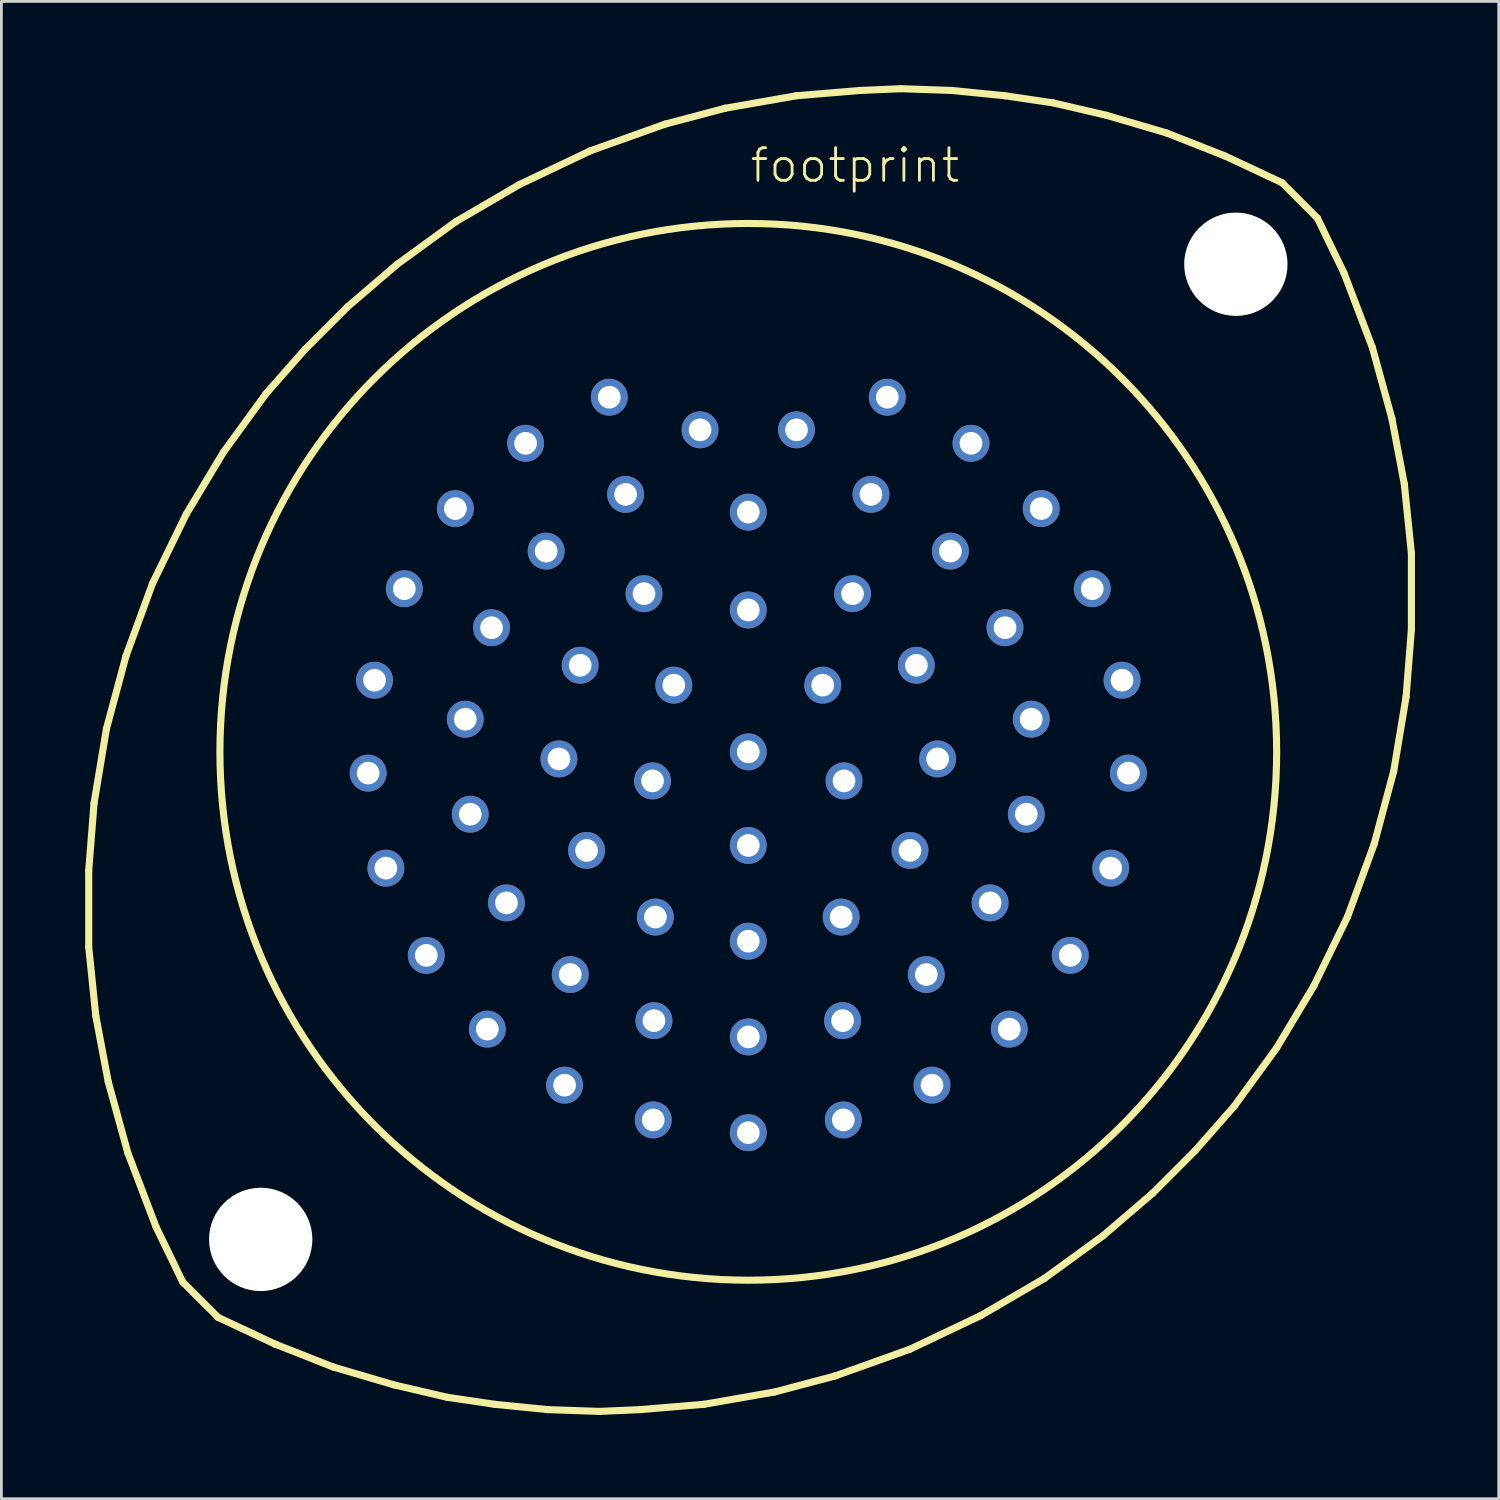
<source format=kicad_pcb>
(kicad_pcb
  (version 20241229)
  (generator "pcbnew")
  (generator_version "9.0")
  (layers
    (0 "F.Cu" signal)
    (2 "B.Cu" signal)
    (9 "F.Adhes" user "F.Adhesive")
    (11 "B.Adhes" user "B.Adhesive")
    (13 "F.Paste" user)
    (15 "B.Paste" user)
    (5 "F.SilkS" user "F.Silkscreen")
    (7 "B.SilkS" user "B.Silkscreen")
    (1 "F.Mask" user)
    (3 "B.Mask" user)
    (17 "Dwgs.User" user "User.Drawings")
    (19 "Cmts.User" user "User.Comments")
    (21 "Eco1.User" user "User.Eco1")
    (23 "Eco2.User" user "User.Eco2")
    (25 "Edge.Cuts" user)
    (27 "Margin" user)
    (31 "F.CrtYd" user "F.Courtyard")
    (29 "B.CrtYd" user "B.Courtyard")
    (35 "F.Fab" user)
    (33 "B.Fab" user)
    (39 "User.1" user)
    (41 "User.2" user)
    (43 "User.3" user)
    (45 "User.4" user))
  (footprint "footprint"
    (layer "F.Cu")
    (at 23.749 23.876)
    (property "Reference" "footprint" (at 0 -20.32 0) (layer "F.SilkS") (effects (font (size 1.168 1.168) (thickness 0.102)) (justify left bottom)))
    (fp_line (start -23.622 4.255) (end -23.431 1.841) (stroke (width 0.254) (type solid)) (layer "F.SilkS"))
    (fp_line (start -23.622 6.985) (end -23.622 4.255) (stroke (width 0.254) (type solid)) (layer "F.SilkS"))
    (fp_line (start -23.431 1.841) (end -22.987 -0.826) (stroke (width 0.254) (type solid)) (layer "F.SilkS"))
    (fp_line (start -23.368 9.461) (end -23.622 6.985) (stroke (width 0.254) (type solid)) (layer "F.SilkS"))
    (fp_line (start -22.987 -0.826) (end -22.288 -3.429) (stroke (width 0.254) (type solid)) (layer "F.SilkS"))
    (fp_line (start -22.924 11.811) (end -23.368 9.461) (stroke (width 0.254) (type solid)) (layer "F.SilkS"))
    (fp_line (start -22.288 -3.429) (end -21.336 -6.032) (stroke (width 0.254) (type solid)) (layer "F.SilkS"))
    (fp_line (start -22.225 14.351) (end -22.924 11.811) (stroke (width 0.254) (type solid)) (layer "F.SilkS"))
    (fp_line (start -21.336 -6.032) (end -20.13 -8.509) (stroke (width 0.254) (type solid)) (layer "F.SilkS"))
    (fp_line (start -21.209 17.018) (end -22.225 14.351) (stroke (width 0.254) (type solid)) (layer "F.SilkS"))
    (fp_line (start -20.256 18.986) (end -21.209 17.018) (stroke (width 0.254) (type solid)) (layer "F.SilkS"))
    (fp_line (start -20.256 18.986) (end -18.986 20.256) (stroke (width 0.254) (type solid)) (layer "F.SilkS"))
    (fp_line (start -20.13 -8.509) (end -18.796 -10.732) (stroke (width 0.254) (type solid)) (layer "F.SilkS"))
    (fp_line (start -18.796 -10.732) (end -17.272 -12.827) (stroke (width 0.254) (type solid)) (layer "F.SilkS"))
    (fp_line (start -17.272 -12.827) (end -15.875 -14.415) (stroke (width 0.254) (type solid)) (layer "F.SilkS"))
    (fp_line (start -16.954 21.209) (end -18.986 20.256) (stroke (width 0.254) (type solid)) (layer "F.SilkS"))
    (fp_line (start -15.875 -14.415) (end -14.351 -15.938) (stroke (width 0.254) (type solid)) (layer "F.SilkS"))
    (fp_line (start -14.859 22.035) (end -16.954 21.209) (stroke (width 0.254) (type solid)) (layer "F.SilkS"))
    (fp_line (start -14.351 -15.938) (end -12.573 -17.462) (stroke (width 0.254) (type solid)) (layer "F.SilkS"))
    (fp_line (start -12.7 22.669) (end -14.859 22.035) (stroke (width 0.254) (type solid)) (layer "F.SilkS"))
    (fp_line (start -12.573 -17.462) (end -10.477 -18.986) (stroke (width 0.254) (type solid)) (layer "F.SilkS"))
    (fp_line (start -10.795 23.114) (end -12.7 22.669) (stroke (width 0.254) (type solid)) (layer "F.SilkS"))
    (fp_line (start -10.477 -18.986) (end -8.191 -20.32) (stroke (width 0.254) (type solid)) (layer "F.SilkS"))
    (fp_line (start -9.081 23.368) (end -10.795 23.114) (stroke (width 0.254) (type solid)) (layer "F.SilkS"))
    (fp_line (start -8.191 -20.32) (end -5.652 -21.526) (stroke (width 0.254) (type solid)) (layer "F.SilkS"))
    (fp_line (start -7.176 23.558) (end -9.081 23.368) (stroke (width 0.254) (type solid)) (layer "F.SilkS"))
    (fp_line (start -5.652 -21.526) (end -2.985 -22.479) (stroke (width 0.254) (type solid)) (layer "F.SilkS"))
    (fp_line (start -5.334 23.622) (end -7.176 23.558) (stroke (width 0.254) (type solid)) (layer "F.SilkS"))
    (fp_line (start -3.873 23.558) (end -5.334 23.622) (stroke (width 0.254) (type solid)) (layer "F.SilkS"))
    (fp_line (start -2.985 -22.479) (end -0.826 -23.05) (stroke (width 0.254) (type solid)) (layer "F.SilkS"))
    (fp_line (start -1.587 23.368) (end -3.873 23.558) (stroke (width 0.254) (type solid)) (layer "F.SilkS"))
    (fp_line (start -0.826 -23.05) (end 1.714 -23.495) (stroke (width 0.254) (type solid)) (layer "F.SilkS"))
    (fp_line (start 0.953 22.924) (end -1.587 23.368) (stroke (width 0.254) (type solid)) (layer "F.SilkS"))
    (fp_line (start 1.714 -23.495) (end 4 -23.686) (stroke (width 0.254) (type solid)) (layer "F.SilkS"))
    (fp_line (start 3.111 22.352) (end 0.953 22.924) (stroke (width 0.254) (type solid)) (layer "F.SilkS"))
    (fp_line (start 4 -23.686) (end 5.461 -23.749) (stroke (width 0.254) (type solid)) (layer "F.SilkS"))
    (fp_line (start 5.461 -23.749) (end 7.303 -23.686) (stroke (width 0.254) (type solid)) (layer "F.SilkS"))
    (fp_line (start 5.779 21.399) (end 3.111 22.352) (stroke (width 0.254) (type solid)) (layer "F.SilkS"))
    (fp_line (start 7.303 -23.686) (end 9.207 -23.495) (stroke (width 0.254) (type solid)) (layer "F.SilkS"))
    (fp_line (start 8.319 20.193) (end 5.779 21.399) (stroke (width 0.254) (type solid)) (layer "F.SilkS"))
    (fp_line (start 9.207 -23.495) (end 10.922 -23.241) (stroke (width 0.254) (type solid)) (layer "F.SilkS"))
    (fp_line (start 10.604 18.86) (end 8.319 20.193) (stroke (width 0.254) (type solid)) (layer "F.SilkS"))
    (fp_line (start 10.922 -23.241) (end 12.827 -22.797) (stroke (width 0.254) (type solid)) (layer "F.SilkS"))
    (fp_line (start 12.7 17.335) (end 10.604 18.86) (stroke (width 0.254) (type solid)) (layer "F.SilkS"))
    (fp_line (start 12.827 -22.797) (end 14.986 -22.162) (stroke (width 0.254) (type solid)) (layer "F.SilkS"))
    (fp_line (start 14.478 15.812) (end 12.7 17.335) (stroke (width 0.254) (type solid)) (layer "F.SilkS"))
    (fp_line (start 14.986 -22.162) (end 17.081 -21.336) (stroke (width 0.254) (type solid)) (layer "F.SilkS"))
    (fp_line (start 16.002 14.287) (end 14.478 15.812) (stroke (width 0.254) (type solid)) (layer "F.SilkS"))
    (fp_line (start 17.081 -21.336) (end 19.113 -20.384) (stroke (width 0.254) (type solid)) (layer "F.SilkS"))
    (fp_line (start 17.399 12.7) (end 16.002 14.287) (stroke (width 0.254) (type solid)) (layer "F.SilkS"))
    (fp_line (start 18.923 10.604) (end 17.399 12.7) (stroke (width 0.254) (type solid)) (layer "F.SilkS"))
    (fp_line (start 19.113 -20.384) (end 20.384 -19.113) (stroke (width 0.254) (type solid)) (layer "F.SilkS"))
    (fp_line (start 20.256 8.382) (end 18.923 10.604) (stroke (width 0.254) (type solid)) (layer "F.SilkS"))
    (fp_line (start 20.384 -19.113) (end 21.336 -17.145) (stroke (width 0.254) (type solid)) (layer "F.SilkS"))
    (fp_line (start 21.336 -17.145) (end 22.352 -14.478) (stroke (width 0.254) (type solid)) (layer "F.SilkS"))
    (fp_line (start 21.463 5.905) (end 20.256 8.382) (stroke (width 0.254) (type solid)) (layer "F.SilkS"))
    (fp_line (start 22.352 -14.478) (end 23.05 -11.938) (stroke (width 0.254) (type solid)) (layer "F.SilkS"))
    (fp_line (start 22.416 3.302) (end 21.463 5.905) (stroke (width 0.254) (type solid)) (layer "F.SilkS"))
    (fp_line (start 23.05 -11.938) (end 23.495 -9.588) (stroke (width 0.254) (type solid)) (layer "F.SilkS"))
    (fp_line (start 23.114 0.699) (end 22.416 3.302) (stroke (width 0.254) (type solid)) (layer "F.SilkS"))
    (fp_line (start 23.495 -9.588) (end 23.749 -7.112) (stroke (width 0.254) (type solid)) (layer "F.SilkS"))
    (fp_line (start 23.558 -1.968) (end 23.114 0.699) (stroke (width 0.254) (type solid)) (layer "F.SilkS"))
    (fp_line (start 23.749 -7.112) (end 23.749 -4.381) (stroke (width 0.254) (type solid)) (layer "F.SilkS"))
    (fp_line (start 23.749 -4.381) (end 23.558 -1.968) (stroke (width 0.254) (type solid)) (layer "F.SilkS"))
    (fp_circle (center 0 0) (end 18.923 0) (stroke (width 0.254) (type solid)) (fill no) (layer "F.SilkS"))
    (pad "" np_thru_hole circle (at -17.462 17.462) (size 3.7 3.7) (drill 3.7) (layers "*.Cu" "*.Mask"))
    (pad "" np_thru_hole circle (at 17.462 -17.462) (size 3.7 3.7) (drill 3.7) (layers "*.Cu" "*.Mask"))
    (pad "A" thru_hole circle (at 4.978 -12.7) (size 1.321 1.321) (drill 0.813) (layers "*.Cu" "*.Mask"))
    (pad "A'" thru_hole circle (at -1.727 -11.532) (size 1.321 1.321) (drill 0.813) (layers "*.Cu" "*.Mask"))
    (pad "AA" thru_hole circle (at 3.327 5.918) (size 1.321 1.321) (drill 0.813) (layers "*.Cu" "*.Mask"))
    (pad "B" thru_hole circle (at 7.976 -11.049) (size 1.321 1.321) (drill 0.813) (layers "*.Cu" "*.Mask"))
    (pad "B'" thru_hole circle (at 1.727 -11.532) (size 1.321 1.321) (drill 0.813) (layers "*.Cu" "*.Mask"))
    (pad "BB" thru_hole circle (at 0 6.782) (size 1.321 1.321) (drill 0.813) (layers "*.Cu" "*.Mask"))
    (pad "C" thru_hole circle (at 10.49 -8.712) (size 1.321 1.321) (drill 0.813) (layers "*.Cu" "*.Mask"))
    (pad "C'" thru_hole circle (at 4.394 -9.22) (size 1.321 1.321) (drill 0.813) (layers "*.Cu" "*.Mask"))
    (pad "CC" thru_hole circle (at -3.327 5.918) (size 1.321 1.321) (drill 0.813) (layers "*.Cu" "*.Mask"))
    (pad "D" thru_hole circle (at 12.319 -5.842) (size 1.321 1.321) (drill 0.813) (layers "*.Cu" "*.Mask"))
    (pad "D'" thru_hole circle (at 7.239 -7.188) (size 1.321 1.321) (drill 0.813) (layers "*.Cu" "*.Mask"))
    (pad "DD" thru_hole circle (at -5.791 3.531) (size 1.321 1.321) (drill 0.813) (layers "*.Cu" "*.Mask"))
    (pad "E" thru_hole circle (at 13.386 -2.565) (size 1.321 1.321) (drill 0.813) (layers "*.Cu" "*.Mask"))
    (pad "E'" thru_hole circle (at 9.195 -4.445) (size 1.321 1.321) (drill 0.813) (layers "*.Cu" "*.Mask"))
    (pad "EE" thru_hole circle (at -6.782 0.254) (size 1.321 1.321) (drill 0.813) (layers "*.Cu" "*.Mask"))
    (pad "F" thru_hole circle (at 13.614 0.762) (size 1.321 1.321) (drill 0.813) (layers "*.Cu" "*.Mask"))
    (pad "F'" thru_hole circle (at 10.135 -1.168) (size 1.321 1.321) (drill 0.813) (layers "*.Cu" "*.Mask"))
    (pad "FF" thru_hole circle (at -6.02 -3.099) (size 1.321 1.321) (drill 0.813) (layers "*.Cu" "*.Mask"))
    (pad "G" thru_hole circle (at 12.979 4.166) (size 1.321 1.321) (drill 0.813) (layers "*.Cu" "*.Mask"))
    (pad "G'" thru_hole circle (at 9.957 2.235) (size 1.321 1.321) (drill 0.813) (layers "*.Cu" "*.Mask"))
    (pad "GG" thru_hole circle (at -3.734 -5.664) (size 1.321 1.321) (drill 0.813) (layers "*.Cu" "*.Mask"))
    (pad "H" thru_hole circle (at 11.532 7.29) (size 1.321 1.321) (drill 0.813) (layers "*.Cu" "*.Mask"))
    (pad "H'" thru_hole circle (at 8.661 5.41) (size 1.321 1.321) (drill 0.813) (layers "*.Cu" "*.Mask"))
    (pad "HH" thru_hole circle (at 0 -5.08) (size 1.321 1.321) (drill 0.813) (layers "*.Cu" "*.Mask"))
    (pad "I'" thru_hole circle (at 6.375 7.976) (size 1.321 1.321) (drill 0.813) (layers "*.Cu" "*.Mask"))
    (pad "J" thru_hole circle (at 9.347 9.931) (size 1.321 1.321) (drill 0.813) (layers "*.Cu" "*.Mask"))
    (pad "J'" thru_hole circle (at 3.378 9.627) (size 1.321 1.321) (drill 0.813) (layers "*.Cu" "*.Mask"))
    (pad "JJ" thru_hole circle (at 2.667 -2.388) (size 1.321 1.321) (drill 0.813) (layers "*.Cu" "*.Mask"))
    (pad "K" thru_hole circle (at 6.579 11.938) (size 1.321 1.321) (drill 0.813) (layers "*.Cu" "*.Mask"))
    (pad "K'" thru_hole circle (at 0 10.211) (size 1.321 1.321) (drill 0.813) (layers "*.Cu" "*.Mask"))
    (pad "KK" thru_hole circle (at 3.429 1.041) (size 1.321 1.321) (drill 0.813) (layers "*.Cu" "*.Mask"))
    (pad "L" thru_hole circle (at 3.404 13.183) (size 1.321 1.321) (drill 0.813) (layers "*.Cu" "*.Mask"))
    (pad "LL" thru_hole circle (at 0 3.353) (size 1.321 1.321) (drill 0.813) (layers "*.Cu" "*.Mask"))
    (pad "M" thru_hole circle (at 0 13.64) (size 1.321 1.321) (drill 0.813) (layers "*.Cu" "*.Mask"))
    (pad "M'" thru_hole circle (at -3.378 9.627) (size 1.321 1.321) (drill 0.813) (layers "*.Cu" "*.Mask"))
    (pad "MM" thru_hole circle (at -3.429 1.041) (size 1.321 1.321) (drill 0.813) (layers "*.Cu" "*.Mask"))
    (pad "N" thru_hole circle (at -3.404 13.183) (size 1.321 1.321) (drill 0.813) (layers "*.Cu" "*.Mask"))
    (pad "N'" thru_hole circle (at -6.375 7.976) (size 1.321 1.321) (drill 0.813) (layers "*.Cu" "*.Mask"))
    (pad "NN" thru_hole circle (at -2.667 -2.388) (size 1.321 1.321) (drill 0.813) (layers "*.Cu" "*.Mask"))
    (pad "P" thru_hole circle (at -6.579 11.938) (size 1.321 1.321) (drill 0.813) (layers "*.Cu" "*.Mask"))
    (pad "P'" thru_hole circle (at -8.661 5.41) (size 1.321 1.321) (drill 0.813) (layers "*.Cu" "*.Mask"))
    (pad "PP" thru_hole circle (at 0 0) (size 1.321 1.321) (drill 0.813) (layers "*.Cu" "*.Mask"))
    (pad "Q'" thru_hole circle (at -9.957 2.235) (size 1.321 1.321) (drill 0.813) (layers "*.Cu" "*.Mask"))
    (pad "R" thru_hole circle (at -9.347 9.931) (size 1.321 1.321) (drill 0.813) (layers "*.Cu" "*.Mask"))
    (pad "R'" thru_hole circle (at -10.135 -1.168) (size 1.321 1.321) (drill 0.813) (layers "*.Cu" "*.Mask"))
    (pad "S" thru_hole circle (at -11.532 7.29) (size 1.321 1.321) (drill 0.813) (layers "*.Cu" "*.Mask"))
    (pad "S'" thru_hole circle (at -9.195 -4.445) (size 1.321 1.321) (drill 0.813) (layers "*.Cu" "*.Mask"))
    (pad "T" thru_hole circle (at -12.979 4.166) (size 1.321 1.321) (drill 0.813) (layers "*.Cu" "*.Mask"))
    (pad "T'" thru_hole circle (at -7.239 -7.188) (size 1.321 1.321) (drill 0.813) (layers "*.Cu" "*.Mask"))
    (pad "U" thru_hole circle (at -13.614 0.762) (size 1.321 1.321) (drill 0.813) (layers "*.Cu" "*.Mask"))
    (pad "U'" thru_hole circle (at -4.394 -9.22) (size 1.321 1.321) (drill 0.813) (layers "*.Cu" "*.Mask"))
    (pad "V" thru_hole circle (at -13.386 -2.565) (size 1.321 1.321) (drill 0.813) (layers "*.Cu" "*.Mask"))
    (pad "V'" thru_hole circle (at 0 -8.585) (size 1.321 1.321) (drill 0.813) (layers "*.Cu" "*.Mask"))
    (pad "W" thru_hole circle (at -12.319 -5.842) (size 1.321 1.321) (drill 0.813) (layers "*.Cu" "*.Mask"))
    (pad "W'" thru_hole circle (at 3.734 -5.664) (size 1.321 1.321) (drill 0.813) (layers "*.Cu" "*.Mask"))
    (pad "X" thru_hole circle (at -10.49 -8.712) (size 1.321 1.321) (drill 0.813) (layers "*.Cu" "*.Mask"))
    (pad "X'" thru_hole circle (at 6.02 -3.099) (size 1.321 1.321) (drill 0.813) (layers "*.Cu" "*.Mask"))
    (pad "Y" thru_hole circle (at -7.976 -11.049) (size 1.321 1.321) (drill 0.813) (layers "*.Cu" "*.Mask"))
    (pad "Y'" thru_hole circle (at 6.782 0.254) (size 1.321 1.321) (drill 0.813) (layers "*.Cu" "*.Mask"))
    (pad "Z" thru_hole circle (at -4.978 -12.7) (size 1.321 1.321) (drill 0.813) (layers "*.Cu" "*.Mask"))
    (pad "Z'" thru_hole circle (at 5.791 3.531) (size 1.321 1.321) (drill 0.813) (layers "*.Cu" "*.Mask")))
  (gr_rect
    (start -3 -3)
    (end 50.625 50.625)
    (stroke (width 0.1) (type default))
    (fill no)
    (layer "Edge.Cuts")))
</source>
